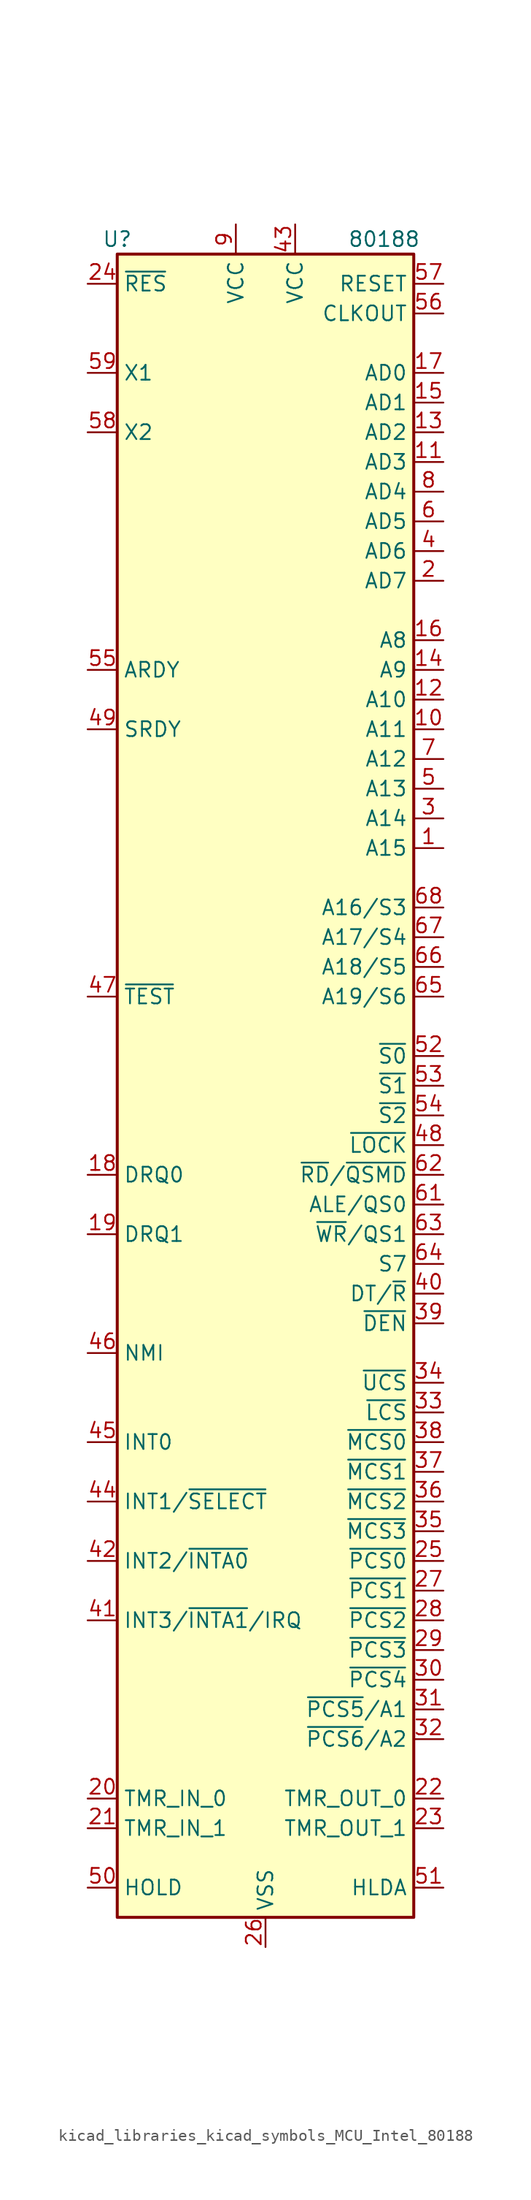
<source format=kicad_sym>
(kicad_symbol_lib
  (version 20220914)
  (generator kicad_symbol_editor)
  (symbol "kicad_libraries_kicad_symbols_MCU_Intel_80188"
    (property "Reference" "U"
      (at -12.7 72.39 0)
      (effects (font (size 1.27 1.27))))
    (property "Value" "80188"
      (at 10.16 72.39 0)
      (effects (font (size 1.27 1.27))))
    (symbol "kicad_libraries_kicad_symbols_MCU_Intel_80188_0_1"
      (rectangle (start 12.7 -71.12) (end -12.7 71.12) (stroke (width 0.254) (type default)) (fill (type background))))
    (symbol "kicad_libraries_kicad_symbols_MCU_Intel_80188_1_1"
      (pin output line (at 15.24 20.32 180) (length 2.54) (name "A15" (effects (font (size 1.27 1.27)))) (number "1" (effects (font (size 1.27 1.27)))))
      (pin output line (at 15.24 30.48 180) (length 2.54) (name "A11" (effects (font (size 1.27 1.27)))) (number "10" (effects (font (size 1.27 1.27)))))
      (pin bidirectional line (at 15.24 53.34 180) (length 2.54) (name "AD3" (effects (font (size 1.27 1.27)))) (number "11" (effects (font (size 1.27 1.27)))))
      (pin output line (at 15.24 33.02 180) (length 2.54) (name "A10" (effects (font (size 1.27 1.27)))) (number "12" (effects (font (size 1.27 1.27)))))
      (pin bidirectional line (at 15.24 55.88 180) (length 2.54) (name "AD2" (effects (font (size 1.27 1.27)))) (number "13" (effects (font (size 1.27 1.27)))))
      (pin output line (at 15.24 35.56 180) (length 2.54) (name "A9" (effects (font (size 1.27 1.27)))) (number "14" (effects (font (size 1.27 1.27)))))
      (pin bidirectional line (at 15.24 58.42 180) (length 2.54) (name "AD1" (effects (font (size 1.27 1.27)))) (number "15" (effects (font (size 1.27 1.27)))))
      (pin output line (at 15.24 38.1 180) (length 2.54) (name "A8" (effects (font (size 1.27 1.27)))) (number "16" (effects (font (size 1.27 1.27)))))
      (pin bidirectional line (at 15.24 60.96 180) (length 2.54) (name "AD0" (effects (font (size 1.27 1.27)))) (number "17" (effects (font (size 1.27 1.27)))))
      (pin input line (at -15.24 -7.62 0) (length 2.54) (name "DRQ0" (effects (font (size 1.27 1.27)))) (number "18" (effects (font (size 1.27 1.27)))))
      (pin input line (at -15.24 -12.7 0) (length 2.54) (name "DRQ1" (effects (font (size 1.27 1.27)))) (number "19" (effects (font (size 1.27 1.27)))))
      (pin bidirectional line (at 15.24 43.18 180) (length 2.54) (name "AD7" (effects (font (size 1.27 1.27)))) (number "2" (effects (font (size 1.27 1.27)))))
      (pin input line (at -15.24 -60.96 0) (length 2.54) (name "TMR_IN_0" (effects (font (size 1.27 1.27)))) (number "20" (effects (font (size 1.27 1.27)))))
      (pin input line (at -15.24 -63.5 0) (length 2.54) (name "TMR_IN_1" (effects (font (size 1.27 1.27)))) (number "21" (effects (font (size 1.27 1.27)))))
      (pin output line (at 15.24 -60.96 180) (length 2.54) (name "TMR_OUT_0" (effects (font (size 1.27 1.27)))) (number "22" (effects (font (size 1.27 1.27)))))
      (pin output line (at 15.24 -63.5 180) (length 2.54) (name "TMR_OUT_1" (effects (font (size 1.27 1.27)))) (number "23" (effects (font (size 1.27 1.27)))))
      (pin input line (at -15.24 68.58 0) (length 2.54) (name "~{RES}" (effects (font (size 1.27 1.27)))) (number "24" (effects (font (size 1.27 1.27)))))
      (pin output line (at 15.24 -40.64 180) (length 2.54) (name "~{PCS0}" (effects (font (size 1.27 1.27)))) (number "25" (effects (font (size 1.27 1.27)))))
      (pin power_in line (at 0 -73.66 90) (length 2.54) (name "VSS" (effects (font (size 1.27 1.27)))) (number "26" (effects (font (size 1.27 1.27)))))
      (pin output line (at 15.24 -43.18 180) (length 2.54) (name "~{PCS1}" (effects (font (size 1.27 1.27)))) (number "27" (effects (font (size 1.27 1.27)))))
      (pin output line (at 15.24 -45.72 180) (length 2.54) (name "~{PCS2}" (effects (font (size 1.27 1.27)))) (number "28" (effects (font (size 1.27 1.27)))))
      (pin output line (at 15.24 -48.26 180) (length 2.54) (name "~{PCS3}" (effects (font (size 1.27 1.27)))) (number "29" (effects (font (size 1.27 1.27)))))
      (pin output line (at 15.24 22.86 180) (length 2.54) (name "A14" (effects (font (size 1.27 1.27)))) (number "3" (effects (font (size 1.27 1.27)))))
      (pin output line (at 15.24 -50.8 180) (length 2.54) (name "~{PCS4}" (effects (font (size 1.27 1.27)))) (number "30" (effects (font (size 1.27 1.27)))))
      (pin output line (at 15.24 -53.34 180) (length 2.54) (name "~{PCS5}/A1" (effects (font (size 1.27 1.27)))) (number "31" (effects (font (size 1.27 1.27)))))
      (pin output line (at 15.24 -55.88 180) (length 2.54) (name "~{PCS6}/A2" (effects (font (size 1.27 1.27)))) (number "32" (effects (font (size 1.27 1.27)))))
      (pin output line (at 15.24 -27.94 180) (length 2.54) (name "~{LCS}" (effects (font (size 1.27 1.27)))) (number "33" (effects (font (size 1.27 1.27)))))
      (pin output line (at 15.24 -25.4 180) (length 2.54) (name "~{UCS}" (effects (font (size 1.27 1.27)))) (number "34" (effects (font (size 1.27 1.27)))))
      (pin output line (at 15.24 -38.1 180) (length 2.54) (name "~{MCS3}" (effects (font (size 1.27 1.27)))) (number "35" (effects (font (size 1.27 1.27)))))
      (pin output line (at 15.24 -35.56 180) (length 2.54) (name "~{MCS2}" (effects (font (size 1.27 1.27)))) (number "36" (effects (font (size 1.27 1.27)))))
      (pin output line (at 15.24 -33.02 180) (length 2.54) (name "~{MCS1}" (effects (font (size 1.27 1.27)))) (number "37" (effects (font (size 1.27 1.27)))))
      (pin output line (at 15.24 -30.48 180) (length 2.54) (name "~{MCS0}" (effects (font (size 1.27 1.27)))) (number "38" (effects (font (size 1.27 1.27)))))
      (pin output line (at 15.24 -20.32 180) (length 2.54) (name "~{DEN}" (effects (font (size 1.27 1.27)))) (number "39" (effects (font (size 1.27 1.27)))))
      (pin bidirectional line (at 15.24 45.72 180) (length 2.54) (name "AD6" (effects (font (size 1.27 1.27)))) (number "4" (effects (font (size 1.27 1.27)))))
      (pin output line (at 15.24 -17.78 180) (length 2.54) (name "DT/~{R}" (effects (font (size 1.27 1.27)))) (number "40" (effects (font (size 1.27 1.27)))))
      (pin bidirectional line (at -15.24 -45.72 0) (length 2.54) (name "INT3/~{INTA1}/IRQ" (effects (font (size 1.27 1.27)))) (number "41" (effects (font (size 1.27 1.27)))))
      (pin bidirectional line (at -15.24 -40.64 0) (length 2.54) (name "INT2/~{INTA0}" (effects (font (size 1.27 1.27)))) (number "42" (effects (font (size 1.27 1.27)))))
      (pin power_in line (at 2.54 73.66 270) (length 2.54) (name "VCC" (effects (font (size 1.27 1.27)))) (number "43" (effects (font (size 1.27 1.27)))))
      (pin input line (at -15.24 -35.56 0) (length 2.54) (name "INT1/~{SELECT}" (effects (font (size 1.27 1.27)))) (number "44" (effects (font (size 1.27 1.27)))))
      (pin input line (at -15.24 -30.48 0) (length 2.54) (name "INT0" (effects (font (size 1.27 1.27)))) (number "45" (effects (font (size 1.27 1.27)))))
      (pin input line (at -15.24 -22.86 0) (length 2.54) (name "NMI" (effects (font (size 1.27 1.27)))) (number "46" (effects (font (size 1.27 1.27)))))
      (pin bidirectional line (at -15.24 7.62 0) (length 2.54) (name "~{TEST}" (effects (font (size 1.27 1.27)))) (number "47" (effects (font (size 1.27 1.27)))))
      (pin output line (at 15.24 -5.08 180) (length 2.54) (name "~{LOCK}" (effects (font (size 1.27 1.27)))) (number "48" (effects (font (size 1.27 1.27)))))
      (pin input line (at -15.24 30.48 0) (length 2.54) (name "SRDY" (effects (font (size 1.27 1.27)))) (number "49" (effects (font (size 1.27 1.27)))))
      (pin output line (at 15.24 25.4 180) (length 2.54) (name "A13" (effects (font (size 1.27 1.27)))) (number "5" (effects (font (size 1.27 1.27)))))
      (pin input line (at -15.24 -68.58 0) (length 2.54) (name "HOLD" (effects (font (size 1.27 1.27)))) (number "50" (effects (font (size 1.27 1.27)))))
      (pin output line (at 15.24 -68.58 180) (length 2.54) (name "HLDA" (effects (font (size 1.27 1.27)))) (number "51" (effects (font (size 1.27 1.27)))))
      (pin output line (at 15.24 2.54 180) (length 2.54) (name "~{S0}" (effects (font (size 1.27 1.27)))) (number "52" (effects (font (size 1.27 1.27)))))
      (pin output line (at 15.24 0 180) (length 2.54) (name "~{S1}" (effects (font (size 1.27 1.27)))) (number "53" (effects (font (size 1.27 1.27)))))
      (pin output line (at 15.24 -2.54 180) (length 2.54) (name "~{S2}" (effects (font (size 1.27 1.27)))) (number "54" (effects (font (size 1.27 1.27)))))
      (pin input line (at -15.24 35.56 0) (length 2.54) (name "ARDY" (effects (font (size 1.27 1.27)))) (number "55" (effects (font (size 1.27 1.27)))))
      (pin output line (at 15.24 66.04 180) (length 2.54) (name "CLKOUT" (effects (font (size 1.27 1.27)))) (number "56" (effects (font (size 1.27 1.27)))))
      (pin output line (at 15.24 68.58 180) (length 2.54) (name "RESET" (effects (font (size 1.27 1.27)))) (number "57" (effects (font (size 1.27 1.27)))))
      (pin output line (at -15.24 55.88 0) (length 2.54) (name "X2" (effects (font (size 1.27 1.27)))) (number "58" (effects (font (size 1.27 1.27)))))
      (pin input line (at -15.24 60.96 0) (length 2.54) (name "X1" (effects (font (size 1.27 1.27)))) (number "59" (effects (font (size 1.27 1.27)))))
      (pin bidirectional line (at 15.24 48.26 180) (length 2.54) (name "AD5" (effects (font (size 1.27 1.27)))) (number "6" (effects (font (size 1.27 1.27)))))
      (pin passive line (at 0 -73.66 90) (length 2.54) hide (name "VSS" (effects (font (size 1.27 1.27)))) (number "60" (effects (font (size 1.27 1.27)))))
      (pin output line (at 15.24 -10.16 180) (length 2.54) (name "ALE/QS0" (effects (font (size 1.27 1.27)))) (number "61" (effects (font (size 1.27 1.27)))))
      (pin bidirectional line (at 15.24 -7.62 180) (length 2.54) (name "~{RD}/~{QSMD}" (effects (font (size 1.27 1.27)))) (number "62" (effects (font (size 1.27 1.27)))))
      (pin output line (at 15.24 -12.7 180) (length 2.54) (name "~{WR}/QS1" (effects (font (size 1.27 1.27)))) (number "63" (effects (font (size 1.27 1.27)))))
      (pin output line (at 15.24 -15.24 180) (length 2.54) (name "S7" (effects (font (size 1.27 1.27)))) (number "64" (effects (font (size 1.27 1.27)))))
      (pin output line (at 15.24 7.62 180) (length 2.54) (name "A19/S6" (effects (font (size 1.27 1.27)))) (number "65" (effects (font (size 1.27 1.27)))))
      (pin output line (at 15.24 10.16 180) (length 2.54) (name "A18/S5" (effects (font (size 1.27 1.27)))) (number "66" (effects (font (size 1.27 1.27)))))
      (pin output line (at 15.24 12.7 180) (length 2.54) (name "A17/S4" (effects (font (size 1.27 1.27)))) (number "67" (effects (font (size 1.27 1.27)))))
      (pin output line (at 15.24 15.24 180) (length 2.54) (name "A16/S3" (effects (font (size 1.27 1.27)))) (number "68" (effects (font (size 1.27 1.27)))))
      (pin output line (at 15.24 27.94 180) (length 2.54) (name "A12" (effects (font (size 1.27 1.27)))) (number "7" (effects (font (size 1.27 1.27)))))
      (pin bidirectional line (at 15.24 50.8 180) (length 2.54) (name "AD4" (effects (font (size 1.27 1.27)))) (number "8" (effects (font (size 1.27 1.27)))))
      (pin power_in line (at -2.54 73.66 270) (length 2.54) (name "VCC" (effects (font (size 1.27 1.27)))) (number "9" (effects (font (size 1.27 1.27))))))))
</source>
